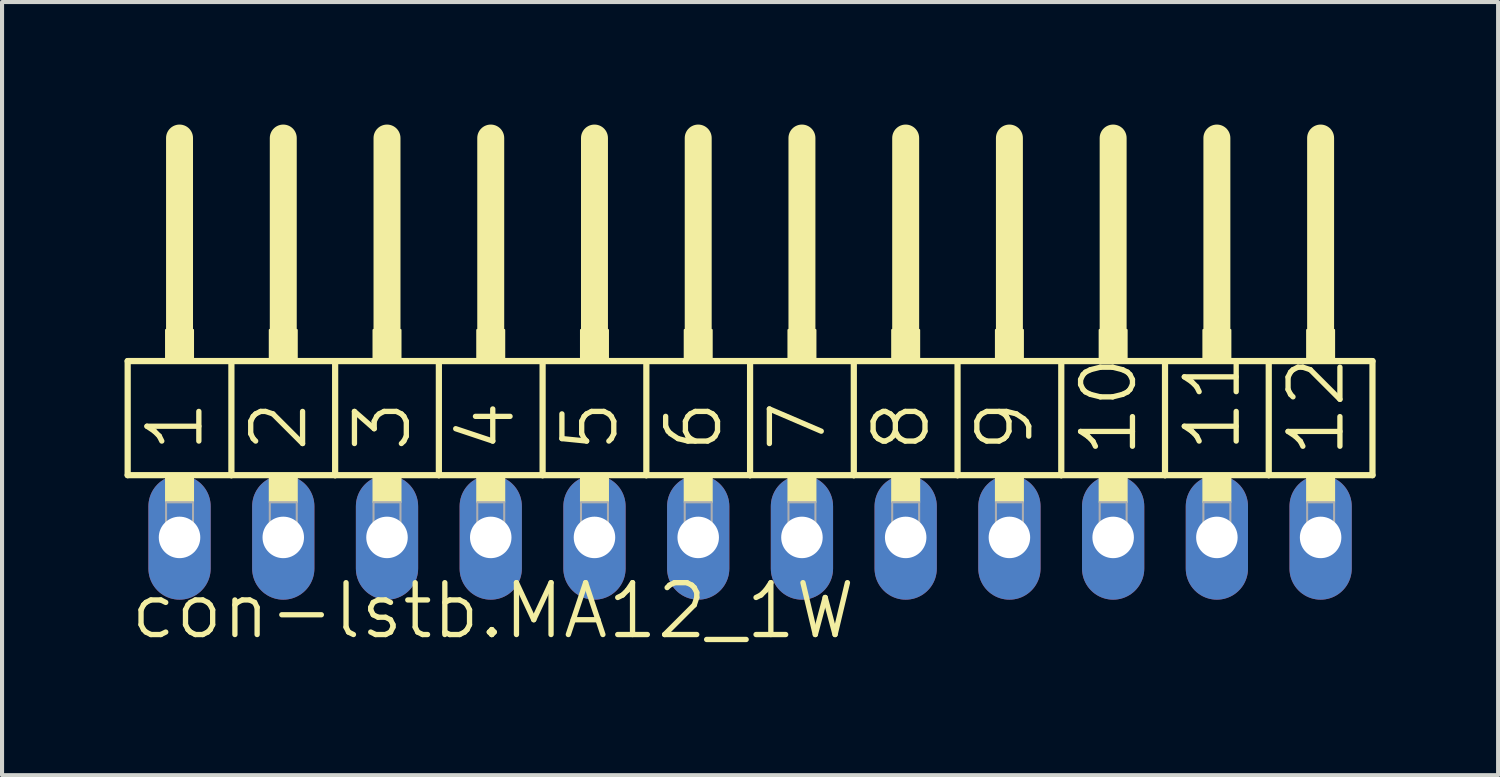
<source format=kicad_pcb>
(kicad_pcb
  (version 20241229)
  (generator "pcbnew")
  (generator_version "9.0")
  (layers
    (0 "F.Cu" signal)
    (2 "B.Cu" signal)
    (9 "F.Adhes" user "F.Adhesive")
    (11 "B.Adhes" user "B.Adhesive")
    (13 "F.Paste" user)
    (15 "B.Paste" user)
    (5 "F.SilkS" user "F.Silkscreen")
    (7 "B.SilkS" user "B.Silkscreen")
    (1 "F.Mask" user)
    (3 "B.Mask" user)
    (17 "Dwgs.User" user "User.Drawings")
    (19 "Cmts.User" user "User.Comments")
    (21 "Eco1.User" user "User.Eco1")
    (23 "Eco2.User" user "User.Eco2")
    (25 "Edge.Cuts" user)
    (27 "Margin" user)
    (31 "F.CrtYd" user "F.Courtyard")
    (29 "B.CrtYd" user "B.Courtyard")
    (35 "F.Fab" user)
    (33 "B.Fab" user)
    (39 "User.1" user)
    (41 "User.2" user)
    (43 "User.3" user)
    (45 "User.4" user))
  (footprint "con-lstb.MA12_1W"
    (layer "F.Cu")
    (at 15.316 10.109)
    (property "Reference" "con-lstb.MA12_1W" (at -15.24 2.54 0) (layer "F.SilkS") (effects (font (size 1.27 1.27) (thickness 0.13)) (justify left bottom)))
    (attr through_hole)
    (fp_line (start -15.24 -4.318) (end -12.7 -4.318) (stroke (width 0.152) (type default)) (layer "F.SilkS"))
    (fp_line (start -15.24 -1.524) (end -15.24 -4.318) (stroke (width 0.152) (type default)) (layer "F.SilkS"))
    (fp_line (start -13.97 -5.08) (end -13.97 -9.779) (stroke (width 0.66) (type default)) (layer "F.SilkS"))
    (fp_line (start -12.7 -4.318) (end -10.16 -4.318) (stroke (width 0.152) (type default)) (layer "F.SilkS"))
    (fp_line (start -12.7 -1.524) (end -15.24 -1.524) (stroke (width 0.152) (type default)) (layer "F.SilkS"))
    (fp_line (start -12.7 -1.524) (end -12.7 -4.318) (stroke (width 0.152) (type default)) (layer "F.SilkS"))
    (fp_line (start -12.7 -1.524) (end -10.16 -1.524) (stroke (width 0.152) (type default)) (layer "F.SilkS"))
    (fp_line (start -11.43 -5.08) (end -11.43 -9.779) (stroke (width 0.66) (type default)) (layer "F.SilkS"))
    (fp_line (start -10.16 -4.318) (end -7.62 -4.318) (stroke (width 0.152) (type default)) (layer "F.SilkS"))
    (fp_line (start -10.16 -1.524) (end -10.16 -4.318) (stroke (width 0.152) (type default)) (layer "F.SilkS"))
    (fp_line (start -8.89 -5.08) (end -8.89 -9.779) (stroke (width 0.66) (type default)) (layer "F.SilkS"))
    (fp_line (start -7.62 -4.318) (end -5.08 -4.318) (stroke (width 0.152) (type default)) (layer "F.SilkS"))
    (fp_line (start -7.62 -1.524) (end -10.16 -1.524) (stroke (width 0.152) (type default)) (layer "F.SilkS"))
    (fp_line (start -7.62 -1.524) (end -7.62 -4.318) (stroke (width 0.152) (type default)) (layer "F.SilkS"))
    (fp_line (start -6.35 -5.08) (end -6.35 -9.779) (stroke (width 0.66) (type default)) (layer "F.SilkS"))
    (fp_line (start -5.08 -4.318) (end -2.54 -4.318) (stroke (width 0.152) (type default)) (layer "F.SilkS"))
    (fp_line (start -5.08 -1.524) (end -7.62 -1.524) (stroke (width 0.152) (type default)) (layer "F.SilkS"))
    (fp_line (start -5.08 -1.524) (end -5.08 -4.318) (stroke (width 0.152) (type default)) (layer "F.SilkS"))
    (fp_line (start -3.81 -5.08) (end -3.81 -9.779) (stroke (width 0.66) (type default)) (layer "F.SilkS"))
    (fp_line (start -2.54 -4.318) (end 0 -4.318) (stroke (width 0.152) (type default)) (layer "F.SilkS"))
    (fp_line (start -2.54 -1.524) (end -5.08 -1.524) (stroke (width 0.152) (type default)) (layer "F.SilkS"))
    (fp_line (start -2.54 -1.524) (end -2.54 -4.318) (stroke (width 0.152) (type default)) (layer "F.SilkS"))
    (fp_line (start -1.27 -5.08) (end -1.27 -9.779) (stroke (width 0.66) (type default)) (layer "F.SilkS"))
    (fp_line (start 0 -4.318) (end 2.54 -4.318) (stroke (width 0.152) (type default)) (layer "F.SilkS"))
    (fp_line (start 0 -1.524) (end -2.54 -1.524) (stroke (width 0.152) (type default)) (layer "F.SilkS"))
    (fp_line (start 0 -1.524) (end 0 -4.318) (stroke (width 0.152) (type default)) (layer "F.SilkS"))
    (fp_line (start 0 -1.524) (end 2.54 -1.524) (stroke (width 0.152) (type default)) (layer "F.SilkS"))
    (fp_line (start 1.27 -5.08) (end 1.27 -9.779) (stroke (width 0.66) (type default)) (layer "F.SilkS"))
    (fp_line (start 2.54 -4.318) (end 5.08 -4.318) (stroke (width 0.152) (type default)) (layer "F.SilkS"))
    (fp_line (start 2.54 -1.524) (end 2.54 -4.318) (stroke (width 0.152) (type default)) (layer "F.SilkS"))
    (fp_line (start 3.81 -5.08) (end 3.81 -9.779) (stroke (width 0.66) (type default)) (layer "F.SilkS"))
    (fp_line (start 5.08 -4.318) (end 7.62 -4.318) (stroke (width 0.152) (type default)) (layer "F.SilkS"))
    (fp_line (start 5.08 -1.524) (end 2.54 -1.524) (stroke (width 0.152) (type default)) (layer "F.SilkS"))
    (fp_line (start 5.08 -1.524) (end 5.08 -4.318) (stroke (width 0.152) (type default)) (layer "F.SilkS"))
    (fp_line (start 6.35 -5.08) (end 6.35 -9.779) (stroke (width 0.66) (type default)) (layer "F.SilkS"))
    (fp_line (start 7.62 -4.318) (end 10.16 -4.318) (stroke (width 0.152) (type default)) (layer "F.SilkS"))
    (fp_line (start 7.62 -1.524) (end 5.08 -1.524) (stroke (width 0.152) (type default)) (layer "F.SilkS"))
    (fp_line (start 7.62 -1.524) (end 7.62 -4.318) (stroke (width 0.152) (type default)) (layer "F.SilkS"))
    (fp_line (start 8.89 -5.08) (end 8.89 -9.779) (stroke (width 0.66) (type default)) (layer "F.SilkS"))
    (fp_line (start 10.16 -4.318) (end 12.7 -4.318) (stroke (width 0.152) (type default)) (layer "F.SilkS"))
    (fp_line (start 10.16 -1.524) (end 7.62 -1.524) (stroke (width 0.152) (type default)) (layer "F.SilkS"))
    (fp_line (start 10.16 -1.524) (end 10.16 -4.318) (stroke (width 0.152) (type default)) (layer "F.SilkS"))
    (fp_line (start 11.43 -5.08) (end 11.43 -9.779) (stroke (width 0.66) (type default)) (layer "F.SilkS"))
    (fp_line (start 12.7 -4.318) (end 15.24 -4.318) (stroke (width 0.152) (type default)) (layer "F.SilkS"))
    (fp_line (start 12.7 -1.524) (end 10.16 -1.524) (stroke (width 0.152) (type default)) (layer "F.SilkS"))
    (fp_line (start 12.7 -1.524) (end 12.7 -4.318) (stroke (width 0.152) (type default)) (layer "F.SilkS"))
    (fp_line (start 12.7 -1.524) (end 15.24 -1.524) (stroke (width 0.152) (type default)) (layer "F.SilkS"))
    (fp_line (start 13.97 -5.08) (end 13.97 -9.779) (stroke (width 0.66) (type default)) (layer "F.SilkS"))
    (fp_line (start 15.24 -1.524) (end 15.24 -4.318) (stroke (width 0.152) (type default)) (layer "F.SilkS"))
    (fp_rect (start -14.3 -4.318) (end -13.64 -5.08) (stroke (width 0.05) (type default)) (fill yes) (layer "F.SilkS"))
    (fp_rect (start -14.3 -0.864) (end -13.64 -1.524) (stroke (width 0.05) (type default)) (fill yes) (layer "F.SilkS"))
    (fp_rect (start -11.76 -4.318) (end -11.1 -5.08) (stroke (width 0.05) (type default)) (fill yes) (layer "F.SilkS"))
    (fp_rect (start -11.76 -0.864) (end -11.1 -1.524) (stroke (width 0.05) (type default)) (fill yes) (layer "F.SilkS"))
    (fp_rect (start -9.22 -4.318) (end -8.56 -5.08) (stroke (width 0.05) (type default)) (fill yes) (layer "F.SilkS"))
    (fp_rect (start -9.22 -0.864) (end -8.56 -1.524) (stroke (width 0.05) (type default)) (fill yes) (layer "F.SilkS"))
    (fp_rect (start -6.68 -4.318) (end -6.02 -5.08) (stroke (width 0.05) (type default)) (fill yes) (layer "F.SilkS"))
    (fp_rect (start -6.68 -0.864) (end -6.02 -1.524) (stroke (width 0.05) (type default)) (fill yes) (layer "F.SilkS"))
    (fp_rect (start -4.14 -4.318) (end -3.48 -5.08) (stroke (width 0.05) (type default)) (fill yes) (layer "F.SilkS"))
    (fp_rect (start -4.14 -0.864) (end -3.48 -1.524) (stroke (width 0.05) (type default)) (fill yes) (layer "F.SilkS"))
    (fp_rect (start -1.6 -4.318) (end -0.94 -5.08) (stroke (width 0.05) (type default)) (fill yes) (layer "F.SilkS"))
    (fp_rect (start -1.6 -0.864) (end -0.94 -1.524) (stroke (width 0.05) (type default)) (fill yes) (layer "F.SilkS"))
    (fp_rect (start 0.94 -4.318) (end 1.6 -5.08) (stroke (width 0.05) (type default)) (fill yes) (layer "F.SilkS"))
    (fp_rect (start 0.94 -0.864) (end 1.6 -1.524) (stroke (width 0.05) (type default)) (fill yes) (layer "F.SilkS"))
    (fp_rect (start 3.48 -4.318) (end 4.14 -5.08) (stroke (width 0.05) (type default)) (fill yes) (layer "F.SilkS"))
    (fp_rect (start 3.48 -0.864) (end 4.14 -1.524) (stroke (width 0.05) (type default)) (fill yes) (layer "F.SilkS"))
    (fp_rect (start 6.02 -4.318) (end 6.68 -5.08) (stroke (width 0.05) (type default)) (fill yes) (layer "F.SilkS"))
    (fp_rect (start 6.02 -0.864) (end 6.68 -1.524) (stroke (width 0.05) (type default)) (fill yes) (layer "F.SilkS"))
    (fp_rect (start 8.56 -4.318) (end 9.22 -5.08) (stroke (width 0.05) (type default)) (fill yes) (layer "F.SilkS"))
    (fp_rect (start 8.56 -0.864) (end 9.22 -1.524) (stroke (width 0.05) (type default)) (fill yes) (layer "F.SilkS"))
    (fp_rect (start 11.1 -4.318) (end 11.76 -5.08) (stroke (width 0.05) (type default)) (fill yes) (layer "F.SilkS"))
    (fp_rect (start 11.1 -0.864) (end 11.76 -1.524) (stroke (width 0.05) (type default)) (fill yes) (layer "F.SilkS"))
    (fp_rect (start 13.64 -4.318) (end 14.3 -5.08) (stroke (width 0.05) (type default)) (fill yes) (layer "F.SilkS"))
    (fp_rect (start 13.64 -0.864) (end 14.3 -1.524) (stroke (width 0.05) (type default)) (fill yes) (layer "F.SilkS"))
    (fp_rect (start -14.3 0.33) (end -13.64 -0.864) (stroke (width 0.05) (type default)) (fill no) (layer "F.Fab"))
    (fp_rect (start -11.76 0.33) (end -11.1 -0.864) (stroke (width 0.05) (type default)) (fill no) (layer "F.Fab"))
    (fp_rect (start -9.22 0.33) (end -8.56 -0.864) (stroke (width 0.05) (type default)) (fill no) (layer "F.Fab"))
    (fp_rect (start -6.68 0.33) (end -6.02 -0.864) (stroke (width 0.05) (type default)) (fill no) (layer "F.Fab"))
    (fp_rect (start -4.14 0.33) (end -3.48 -0.864) (stroke (width 0.05) (type default)) (fill no) (layer "F.Fab"))
    (fp_rect (start -1.6 0.33) (end -0.94 -0.864) (stroke (width 0.05) (type default)) (fill no) (layer "F.Fab"))
    (fp_rect (start 0.94 0.33) (end 1.6 -0.864) (stroke (width 0.05) (type default)) (fill no) (layer "F.Fab"))
    (fp_rect (start 3.48 0.33) (end 4.14 -0.864) (stroke (width 0.05) (type default)) (fill no) (layer "F.Fab"))
    (fp_rect (start 6.02 0.33) (end 6.68 -0.864) (stroke (width 0.05) (type default)) (fill no) (layer "F.Fab"))
    (fp_rect (start 8.56 0.33) (end 9.22 -0.864) (stroke (width 0.05) (type default)) (fill no) (layer "F.Fab"))
    (fp_rect (start 11.1 0.33) (end 11.76 -0.864) (stroke (width 0.05) (type default)) (fill no) (layer "F.Fab"))
    (fp_rect (start 13.64 0.33) (end 14.3 -0.864) (stroke (width 0.05) (type default)) (fill no) (layer "F.Fab"))
    (fp_text user "12" (at 14.605 -1.905 90) (layer "F.SilkS") (effects (font (size 1.27 1.27) (thickness 0.13)) (justify left bottom)))
    (fp_text user "2" (at -10.795 -2.032 90) (layer "F.SilkS") (effects (font (size 1.27 1.27) (thickness 0.13)) (justify left bottom)))
    (fp_text user "4" (at -5.715 -2.032 90) (layer "F.SilkS") (effects (font (size 1.27 1.27) (thickness 0.13)) (justify left bottom)))
    (fp_text user "7" (at 1.905 -2.032 90) (layer "F.SilkS") (effects (font (size 1.27 1.27) (thickness 0.13)) (justify left bottom)))
    (fp_text user "5" (at -3.175 -2.032 90) (layer "F.SilkS") (effects (font (size 1.27 1.27) (thickness 0.13)) (justify left bottom)))
    (fp_text user "10" (at 9.525 -1.905 90) (layer "F.SilkS") (effects (font (size 1.27 1.27) (thickness 0.13)) (justify left bottom)))
    (fp_text user "11" (at 12.065 -2.032 90) (layer "F.SilkS") (effects (font (size 1.27 1.27) (thickness 0.13)) (justify left bottom)))
    (fp_text user "9" (at 6.985 -2.032 90) (layer "F.SilkS") (effects (font (size 1.27 1.27) (thickness 0.13)) (justify left bottom)))
    (fp_text user "1" (at -13.335 -2.032 90) (layer "F.SilkS") (effects (font (size 1.27 1.27) (thickness 0.13)) (justify left bottom)))
    (fp_text user "3" (at -8.255 -2.032 90) (layer "F.SilkS") (effects (font (size 1.27 1.27) (thickness 0.13)) (justify left bottom)))
    (fp_text user "6" (at -0.635 -2.032 90) (layer "F.SilkS") (effects (font (size 1.27 1.27) (thickness 0.13)) (justify left bottom)))
    (fp_text user "8" (at 4.445 -2.032 90) (layer "F.SilkS") (effects (font (size 1.27 1.27) (thickness 0.13)) (justify left bottom)))
    (pad "1" thru_hole oval (at -13.97 0 90) (size 3.048 1.524) (drill 1.016) (layers "*.Cu" "*.Mask"))
    (pad "2" thru_hole oval (at -11.43 0 90) (size 3.048 1.524) (drill 1.016) (layers "*.Cu" "*.Mask"))
    (pad "3" thru_hole oval (at -8.89 0 90) (size 3.048 1.524) (drill 1.016) (layers "*.Cu" "*.Mask"))
    (pad "4" thru_hole oval (at -6.35 0 90) (size 3.048 1.524) (drill 1.016) (layers "*.Cu" "*.Mask"))
    (pad "5" thru_hole oval (at -3.81 0 90) (size 3.048 1.524) (drill 1.016) (layers "*.Cu" "*.Mask"))
    (pad "6" thru_hole oval (at -1.27 0 90) (size 3.048 1.524) (drill 1.016) (layers "*.Cu" "*.Mask"))
    (pad "7" thru_hole oval (at 1.27 0 90) (size 3.048 1.524) (drill 1.016) (layers "*.Cu" "*.Mask"))
    (pad "8" thru_hole oval (at 3.81 0 90) (size 3.048 1.524) (drill 1.016) (layers "*.Cu" "*.Mask"))
    (pad "9" thru_hole oval (at 6.35 0 90) (size 3.048 1.524) (drill 1.016) (layers "*.Cu" "*.Mask"))
    (pad "10" thru_hole oval (at 8.89 0 90) (size 3.048 1.524) (drill 1.016) (layers "*.Cu" "*.Mask"))
    (pad "11" thru_hole oval (at 11.43 0 90) (size 3.048 1.524) (drill 1.016) (layers "*.Cu" "*.Mask"))
    (pad "12" thru_hole oval (at 13.97 0 90) (size 3.048 1.524) (drill 1.016) (layers "*.Cu" "*.Mask")))
  (gr_rect
    (start -3 -3)
    (end 33.632 15.931)
    (stroke (width 0.1) (type default))
    (fill no)
    (layer "Edge.Cuts")))
</source>
